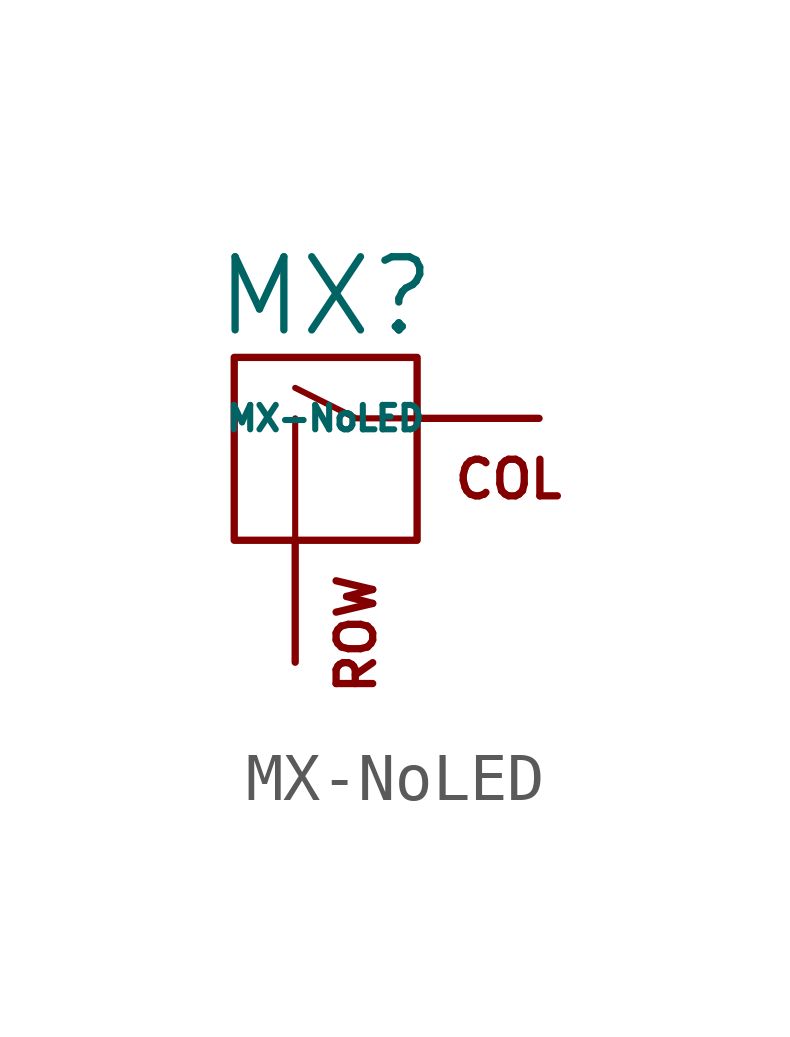
<source format=kicad_sym>
(kicad_symbol_lib
  (version 20220914)
  (generator kicad_symbol_editor)
  (symbol "MX-NoLED"
    (pin_names
      (offset 1.016))
    (property "Reference" "MX"
      (at -0.635 3.81 0)
      (effects (font (size 1.524 1.524))))
    (property "Value" "MX-NoLED"
      (at -0.635 1.27 0)
      (effects (font (size 0.508 0.508))))
    (symbol "MX-NoLED_0_0"
      (rectangle (start -2.54 2.54) (end 1.27 -1.27) (stroke (width 0) (type solid)) (fill (type none)))
      (polyline (pts (xy -1.27 -1.27) (xy -1.27 1.27)) (stroke (width 0.127) (type solid)) (fill (type none)))
      (polyline (pts (xy 1.27 1.27) (xy 0 1.27) (xy -1.27 1.905)) (stroke (width 0.127) (type solid)) (fill (type none)))
      (text "COL" (at 3.175 0 0) (effects (font (size 0.762 0.762))))
      (text "ROW" (at 0 -1.905 900) (effects (font (size 0.762 0.762)) (justify right))))
    (symbol "MX-NoLED_1_1"
      (pin passive line (at 3.81 1.27 180) (length 2.54) (name "COL" (effects (font (size 0 0)))) (number "1" (effects (font (size 0 0)))))
      (pin passive line (at -1.27 -3.81 90) (length 2.54) (name "ROW" (effects (font (size 0 0)))) (number "2" (effects (font (size 0 0))))))))
</source>
